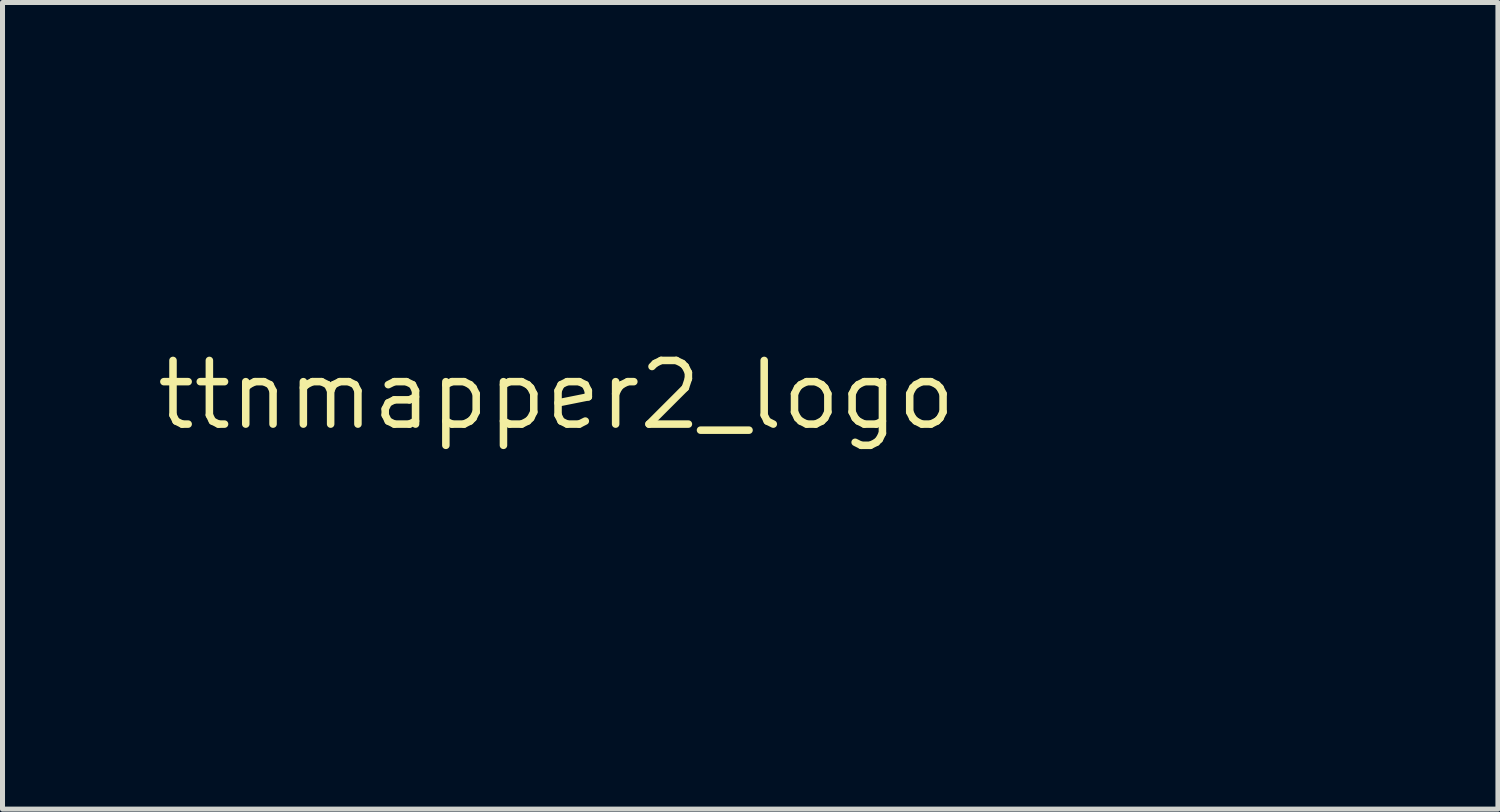
<source format=kicad_pcb>
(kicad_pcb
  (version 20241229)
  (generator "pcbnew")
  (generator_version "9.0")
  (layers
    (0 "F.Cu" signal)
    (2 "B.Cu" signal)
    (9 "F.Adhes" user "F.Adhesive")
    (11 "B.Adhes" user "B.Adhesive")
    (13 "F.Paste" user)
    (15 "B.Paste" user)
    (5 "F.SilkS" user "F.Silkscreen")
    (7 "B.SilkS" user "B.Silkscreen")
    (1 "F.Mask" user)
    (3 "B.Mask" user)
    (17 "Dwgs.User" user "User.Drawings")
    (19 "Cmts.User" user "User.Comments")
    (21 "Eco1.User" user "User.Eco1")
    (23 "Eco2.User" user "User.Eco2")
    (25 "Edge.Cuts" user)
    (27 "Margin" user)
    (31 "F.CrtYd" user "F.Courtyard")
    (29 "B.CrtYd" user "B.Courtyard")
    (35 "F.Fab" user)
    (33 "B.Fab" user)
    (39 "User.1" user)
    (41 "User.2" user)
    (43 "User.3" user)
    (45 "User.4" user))
  (footprint "ttnmapper2_logo"
    (layer "F.Cu")
    (at 8.051 4.83)
    (property "Reference" "ttnmapper2_logo" (at 0 0 0) (layer "F.SilkS") (effects (font (size 1.27 1.27) (thickness 0.15))))
    (attr through_hole)
    (fp_poly (pts (xy -3.217 -3.852) (xy -4.487 -3.852) (xy -4.487 -0.846) (xy -5.715 -0.846) (xy -5.715 -3.852) (xy -6.985 -3.852) (xy -6.985 -4.825) (xy -3.217 -4.825) (xy -3.217 -3.852)) (stroke (width 0.01) (type solid)) (fill yes) (layer "F.Mask"))
    (fp_poly (pts (xy 0.805 -3.852) (xy -0.465 -3.852) (xy -0.465 -0.846) (xy -1.693 -0.846) (xy -1.693 -3.852) (xy -2.963 -3.852) (xy -2.963 -4.825) (xy 0.805 -4.825) (xy 0.805 -3.852)) (stroke (width 0.01) (type solid)) (fill yes) (layer "F.Mask"))
    (fp_poly (pts (xy 3.268 -3.748) (xy 4.001 -2.671) (xy 4.023 -4.825) (xy 5.207 -4.825) (xy 5.207 -0.846) (xy 4.027 -0.846) (xy 3.294 -1.921) (xy 2.562 -2.997) (xy 2.55 -1.921) (xy 2.539 -0.846) (xy 1.355 -0.846) (xy 1.355 -4.825) (xy 2.536 -4.825) (xy 3.268 -3.748)) (stroke (width 0.01) (type solid)) (fill yes) (layer "F.Mask"))
    (fp_poly (pts (xy 15.497 1.24) (xy 15.537 1.251) (xy 15.664 1.293) (xy 15.75 1.33) (xy 15.774 1.351) (xy 15.759 1.401) (xy 15.718 1.51) (xy 15.658 1.659) (xy 15.62 1.751) (xy 15.466 2.121) (xy 15.245 2.095) (xy 15.054 2.09) (xy 14.918 2.134) (xy 14.815 2.238) (xy 14.744 2.369) (xy 14.712 2.449) (xy 14.688 2.536) (xy 14.67 2.645) (xy 14.657 2.79) (xy 14.648 2.985) (xy 14.641 3.244) (xy 14.638 3.36) (xy 14.621 4.154) (xy 13.53 4.154) (xy 13.53 1.275) (xy 14.546 1.275) (xy 14.546 1.711) (xy 14.672 1.537) (xy 14.843 1.348) (xy 15.03 1.237) (xy 15.245 1.203) (xy 15.497 1.24)) (stroke (width 0.01) (type solid)) (fill yes) (layer "F.Mask"))
    (fp_poly (pts (xy -4.783 1.307) (xy -4.706 1.606) (xy -4.635 1.879) (xy -4.572 2.115) (xy -4.521 2.304) (xy -4.485 2.433) (xy -4.466 2.492) (xy -4.465 2.494) (xy -4.447 2.469) (xy -4.412 2.373) (xy -4.363 2.215) (xy -4.303 2.005) (xy -4.234 1.753) (xy -4.168 1.499) (xy -4.092 1.206) (xy -4.022 0.933) (xy -3.961 0.694) (xy -3.911 0.501) (xy -3.876 0.368) (xy -3.861 0.312) (xy -3.823 0.175) (xy -2.218 0.175) (xy -2.218 4.154) (xy -3.233 4.154) (xy -3.256 1.271) (xy -3.584 2.554) (xy -3.667 2.878) (xy -3.745 3.182) (xy -3.816 3.456) (xy -3.875 3.686) (xy -3.921 3.862) (xy -3.95 3.972) (xy -3.956 3.995) (xy -4 4.154) (xy -4.915 4.154) (xy -5.292 2.673) (xy -5.668 1.192) (xy -5.691 4.154) (xy -6.706 4.154) (xy -6.706 0.175) (xy -5.073 0.175) (xy -4.783 1.307)) (stroke (width 0.01) (type solid)) (fill yes) (layer "F.Mask"))
    (fp_poly (pts (xy 4.594 1.245) (xy 4.85 1.357) (xy 5.072 1.535) (xy 5.149 1.626) (xy 5.25 1.779) (xy 5.341 1.947) (xy 5.375 2.025) (xy 5.43 2.23) (xy 5.465 2.486) (xy 5.479 2.763) (xy 5.471 3.029) (xy 5.443 3.228) (xy 5.339 3.535) (xy 5.177 3.792) (xy 4.967 3.993) (xy 4.719 4.134) (xy 4.444 4.21) (xy 4.155 4.217) (xy 3.86 4.149) (xy 3.613 4.028) (xy 3.412 3.903) (xy 3.412 5.255) (xy 2.311 5.255) (xy 2.311 2.737) (xy 3.415 2.737) (xy 3.446 2.983) (xy 3.456 3.019) (xy 3.536 3.184) (xy 3.663 3.307) (xy 3.816 3.379) (xy 3.978 3.393) (xy 4.128 3.343) (xy 4.194 3.292) (xy 4.296 3.139) (xy 4.359 2.942) (xy 4.382 2.722) (xy 4.367 2.502) (xy 4.313 2.306) (xy 4.22 2.154) (xy 4.182 2.119) (xy 4.033 2.05) (xy 3.859 2.038) (xy 3.694 2.083) (xy 3.612 2.138) (xy 3.502 2.293) (xy 3.435 2.5) (xy 3.415 2.737) (xy 2.311 2.737) (xy 2.311 1.275) (xy 3.327 1.275) (xy 3.327 1.466) (xy 3.33 1.579) (xy 3.337 1.648) (xy 3.341 1.656) (xy 3.377 1.63) (xy 3.457 1.562) (xy 3.54 1.486) (xy 3.778 1.32) (xy 4.043 1.226) (xy 4.32 1.201) (xy 4.594 1.245)) (stroke (width 0.01) (type solid)) (fill yes) (layer "F.Mask"))
    (fp_poly (pts (xy 8.34 1.251) (xy 8.598 1.364) (xy 8.815 1.545) (xy 8.997 1.798) (xy 9.053 1.903) (xy 9.109 2.021) (xy 9.147 2.119) (xy 9.171 2.217) (xy 9.184 2.336) (xy 9.189 2.497) (xy 9.19 2.72) (xy 9.191 2.739) (xy 9.19 2.966) (xy 9.185 3.13) (xy 9.174 3.249) (xy 9.151 3.346) (xy 9.113 3.441) (xy 9.057 3.554) (xy 9.042 3.583) (xy 8.869 3.847) (xy 8.652 4.038) (xy 8.388 4.163) (xy 8.257 4.197) (xy 7.985 4.222) (xy 7.715 4.189) (xy 7.47 4.106) (xy 7.276 3.976) (xy 7.275 3.975) (xy 7.18 3.885) (xy 7.18 5.255) (xy 6.037 5.255) (xy 6.037 2.654) (xy 7.173 2.654) (xy 7.18 2.849) (xy 7.205 3.023) (xy 7.24 3.132) (xy 7.353 3.272) (xy 7.506 3.36) (xy 7.677 3.39) (xy 7.841 3.354) (xy 7.894 3.323) (xy 8.011 3.191) (xy 8.084 2.991) (xy 8.111 2.731) (xy 8.111 2.715) (xy 8.086 2.445) (xy 8.013 2.243) (xy 7.892 2.108) (xy 7.725 2.044) (xy 7.642 2.037) (xy 7.466 2.076) (xy 7.315 2.18) (xy 7.216 2.328) (xy 7.215 2.329) (xy 7.184 2.469) (xy 7.173 2.654) (xy 6.037 2.654) (xy 6.037 1.275) (xy 7.095 1.275) (xy 7.095 1.674) (xy 7.254 1.521) (xy 7.504 1.332) (xy 7.772 1.226) (xy 8.06 1.202) (xy 8.34 1.251)) (stroke (width 0.01) (type solid)) (fill yes) (layer "F.Mask"))
    (fp_poly (pts (xy 11.635 1.221) (xy 12.013 1.306) (xy 12.327 1.447) (xy 12.579 1.644) (xy 12.768 1.899) (xy 12.896 2.212) (xy 12.964 2.584) (xy 12.968 2.641) (xy 12.991 2.969) (xy 10.767 2.969) (xy 10.792 3.127) (xy 10.861 3.309) (xy 10.992 3.452) (xy 11.166 3.54) (xy 11.309 3.561) (xy 11.49 3.54) (xy 11.65 3.483) (xy 11.761 3.402) (xy 11.782 3.373) (xy 11.807 3.348) (xy 11.857 3.334) (xy 11.947 3.33) (xy 12.09 3.337) (xy 12.3 3.354) (xy 12.356 3.359) (xy 12.558 3.379) (xy 12.725 3.399) (xy 12.843 3.418) (xy 12.894 3.433) (xy 12.895 3.435) (xy 12.872 3.483) (xy 12.813 3.574) (xy 12.768 3.639) (xy 12.554 3.869) (xy 12.29 4.046) (xy 12.074 4.134) (xy 11.887 4.173) (xy 11.646 4.201) (xy 11.381 4.217) (xy 11.122 4.218) (xy 10.899 4.204) (xy 10.825 4.194) (xy 10.487 4.098) (xy 10.204 3.941) (xy 9.973 3.718) (xy 9.786 3.424) (xy 9.779 3.409) (xy 9.723 3.287) (xy 9.687 3.181) (xy 9.667 3.064) (xy 9.659 2.913) (xy 9.657 2.715) (xy 9.668 2.428) (xy 9.677 2.374) (xy 10.778 2.374) (xy 10.782 2.41) (xy 10.805 2.434) (xy 10.859 2.449) (xy 10.959 2.457) (xy 11.118 2.46) (xy 11.307 2.461) (xy 11.527 2.46) (xy 11.675 2.456) (xy 11.767 2.447) (xy 11.815 2.431) (xy 11.834 2.405) (xy 11.836 2.375) (xy 11.798 2.181) (xy 11.692 2.024) (xy 11.531 1.916) (xy 11.329 1.869) (xy 11.294 1.868) (xy 11.119 1.906) (xy 10.962 2.008) (xy 10.843 2.152) (xy 10.782 2.321) (xy 10.778 2.374) (xy 9.677 2.374) (xy 9.705 2.201) (xy 9.776 2.01) (xy 9.889 1.832) (xy 10.017 1.682) (xy 10.26 1.478) (xy 10.559 1.327) (xy 10.902 1.232) (xy 11.276 1.197) (xy 11.635 1.221)) (stroke (width 0.01) (type solid)) (fill yes) (layer "F.Mask"))
    (fp_poly (pts (xy 0.416 1.226) (xy 0.713 1.257) (xy 0.949 1.311) (xy 1.133 1.394) (xy 1.277 1.508) (xy 1.391 1.659) (xy 1.438 1.746) (xy 1.477 1.828) (xy 1.506 1.904) (xy 1.526 1.988) (xy 1.539 2.094) (xy 1.547 2.239) (xy 1.55 2.436) (xy 1.552 2.7) (xy 1.552 2.755) (xy 1.557 3.129) (xy 1.567 3.431) (xy 1.585 3.672) (xy 1.61 3.865) (xy 1.644 4.02) (xy 1.656 4.06) (xy 1.687 4.157) (xy 1.163 4.145) (xy 0.639 4.133) (xy 0.599 3.995) (xy 0.562 3.899) (xy 0.517 3.866) (xy 0.444 3.894) (xy 0.348 3.963) (xy 0.216 4.045) (xy 0.062 4.119) (xy 0.024 4.133) (xy -0.16 4.18) (xy -0.384 4.21) (xy -0.616 4.221) (xy -0.821 4.212) (xy -0.918 4.195) (xy -1.186 4.093) (xy -1.395 3.941) (xy -1.541 3.75) (xy -1.618 3.529) (xy -1.62 3.329) (xy -0.521 3.329) (xy -0.463 3.451) (xy -0.416 3.505) (xy -0.338 3.571) (xy -0.256 3.598) (xy -0.135 3.597) (xy -0.095 3.593) (xy 0.055 3.564) (xy 0.188 3.515) (xy 0.23 3.49) (xy 0.366 3.344) (xy 0.459 3.151) (xy 0.491 2.958) (xy 0.485 2.856) (xy 0.472 2.802) (xy 0.468 2.799) (xy 0.419 2.811) (xy 0.309 2.841) (xy 0.156 2.886) (xy 0.063 2.914) (xy -0.208 3.009) (xy -0.395 3.109) (xy -0.499 3.216) (xy -0.521 3.329) (xy -1.62 3.329) (xy -1.621 3.289) (xy -1.545 3.038) (xy -1.53 3.009) (xy -1.442 2.88) (xy -1.312 2.769) (xy -1.131 2.674) (xy -0.889 2.588) (xy -0.575 2.507) (xy -0.462 2.482) (xy -0.137 2.41) (xy 0.111 2.35) (xy 0.291 2.296) (xy 0.408 2.244) (xy 0.47 2.19) (xy 0.485 2.13) (xy 0.46 2.06) (xy 0.403 1.98) (xy 0.331 1.908) (xy 0.241 1.875) (xy 0.113 1.868) (xy -0.131 1.891) (xy -0.308 1.961) (xy -0.419 2.08) (xy -0.424 2.089) (xy -0.482 2.176) (xy -0.551 2.2) (xy -0.603 2.193) (xy -0.698 2.179) (xy -0.849 2.162) (xy -1.028 2.145) (xy -1.083 2.141) (xy -1.254 2.124) (xy -1.396 2.104) (xy -1.484 2.086) (xy -1.498 2.08) (xy -1.52 2.022) (xy -1.497 1.919) (xy -1.438 1.792) (xy -1.356 1.66) (xy -1.259 1.543) (xy -1.187 1.481) (xy -1.022 1.378) (xy -0.843 1.303) (xy -0.634 1.254) (xy -0.379 1.226) (xy -0.061 1.216) (xy 0.046 1.216) (xy 0.416 1.226)) (stroke (width 0.01) (type solid)) (fill yes) (layer "F.Mask")))
  (gr_rect
    (start -3 -3)
    (end 26.83 13.09)
    (stroke (width 0.1) (type default))
    (fill no)
    (layer "Edge.Cuts")))
</source>
